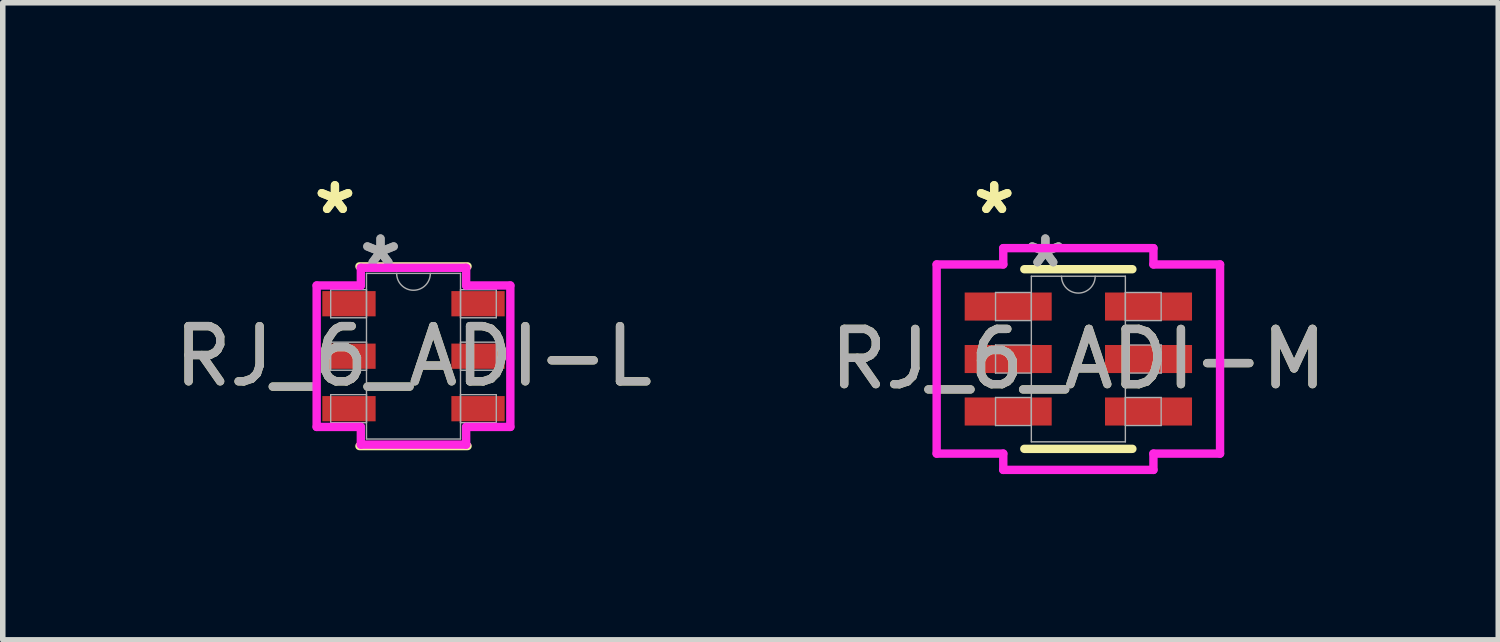
<source format=kicad_pcb>
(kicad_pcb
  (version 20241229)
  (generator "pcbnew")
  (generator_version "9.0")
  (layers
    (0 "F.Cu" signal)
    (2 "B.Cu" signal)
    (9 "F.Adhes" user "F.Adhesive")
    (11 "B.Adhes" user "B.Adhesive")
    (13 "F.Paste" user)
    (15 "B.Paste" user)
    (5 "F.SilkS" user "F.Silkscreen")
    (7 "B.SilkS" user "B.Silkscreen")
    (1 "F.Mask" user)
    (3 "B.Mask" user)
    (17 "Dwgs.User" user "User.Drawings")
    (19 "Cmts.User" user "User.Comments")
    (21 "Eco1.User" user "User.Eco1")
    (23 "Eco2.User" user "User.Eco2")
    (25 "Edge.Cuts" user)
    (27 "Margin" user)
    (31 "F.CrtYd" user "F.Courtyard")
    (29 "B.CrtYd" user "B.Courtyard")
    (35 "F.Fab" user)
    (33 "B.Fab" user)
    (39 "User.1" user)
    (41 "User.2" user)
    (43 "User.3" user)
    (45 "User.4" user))
  (footprint "RJ_6_ADI-L"
    (layer "F.Cu")
    (at 4.435 3.398)
    (property "Reference" "RJ_6_ADI-L" (at 0 0 0) (unlocked yes) (layer "F.SilkS") (effects (font (size 1 1) (thickness 0.15))))
    (attr smd)
    (fp_line (start -0.978 1.626) (end 0.978 1.626) (stroke (width 0.152) (type solid)) (layer "F.SilkS"))
    (fp_line (start 0.978 -1.626) (end -0.978 -1.626) (stroke (width 0.152) (type solid)) (layer "F.SilkS"))
    (fp_line (start -1.753 -1.28) (end -0.953 -1.28) (stroke (width 0.152) (type solid)) (layer "F.CrtYd"))
    (fp_line (start -1.753 1.28) (end -1.753 -1.28) (stroke (width 0.152) (type solid)) (layer "F.CrtYd"))
    (fp_line (start -0.953 -1.6) (end 0.953 -1.6) (stroke (width 0.152) (type solid)) (layer "F.CrtYd"))
    (fp_line (start -0.953 -1.28) (end -0.953 -1.6) (stroke (width 0.152) (type solid)) (layer "F.CrtYd"))
    (fp_line (start -0.953 1.28) (end -1.753 1.28) (stroke (width 0.152) (type solid)) (layer "F.CrtYd"))
    (fp_line (start -0.953 1.6) (end -0.953 1.28) (stroke (width 0.152) (type solid)) (layer "F.CrtYd"))
    (fp_line (start 0.953 -1.6) (end 0.953 -1.28) (stroke (width 0.152) (type solid)) (layer "F.CrtYd"))
    (fp_line (start 0.953 -1.28) (end 1.753 -1.28) (stroke (width 0.152) (type solid)) (layer "F.CrtYd"))
    (fp_line (start 0.953 1.28) (end 0.953 1.6) (stroke (width 0.152) (type solid)) (layer "F.CrtYd"))
    (fp_line (start 0.953 1.6) (end -0.953 1.6) (stroke (width 0.152) (type solid)) (layer "F.CrtYd"))
    (fp_line (start 1.753 -1.28) (end 1.753 1.28) (stroke (width 0.152) (type solid)) (layer "F.CrtYd"))
    (fp_line (start 1.753 1.28) (end 0.953 1.28) (stroke (width 0.152) (type solid)) (layer "F.CrtYd"))
    (fp_line (start -1.499 -1.204) (end -1.499 -0.696) (stroke (width 0.025) (type solid)) (layer "F.Fab"))
    (fp_line (start -1.499 -0.696) (end -0.851 -0.696) (stroke (width 0.025) (type solid)) (layer "F.Fab"))
    (fp_line (start -1.499 -0.254) (end -1.499 0.254) (stroke (width 0.025) (type solid)) (layer "F.Fab"))
    (fp_line (start -1.499 0.254) (end -0.851 0.254) (stroke (width 0.025) (type solid)) (layer "F.Fab"))
    (fp_line (start -1.499 0.696) (end -1.499 1.204) (stroke (width 0.025) (type solid)) (layer "F.Fab"))
    (fp_line (start -1.499 1.204) (end -0.851 1.204) (stroke (width 0.025) (type solid)) (layer "F.Fab"))
    (fp_line (start -0.851 -1.499) (end -0.851 1.499) (stroke (width 0.025) (type solid)) (layer "F.Fab"))
    (fp_line (start -0.851 -1.204) (end -1.499 -1.204) (stroke (width 0.025) (type solid)) (layer "F.Fab"))
    (fp_line (start -0.851 -0.696) (end -0.851 -1.204) (stroke (width 0.025) (type solid)) (layer "F.Fab"))
    (fp_line (start -0.851 -0.254) (end -1.499 -0.254) (stroke (width 0.025) (type solid)) (layer "F.Fab"))
    (fp_line (start -0.851 0.254) (end -0.851 -0.254) (stroke (width 0.025) (type solid)) (layer "F.Fab"))
    (fp_line (start -0.851 0.696) (end -1.499 0.696) (stroke (width 0.025) (type solid)) (layer "F.Fab"))
    (fp_line (start -0.851 1.204) (end -0.851 0.696) (stroke (width 0.025) (type solid)) (layer "F.Fab"))
    (fp_line (start -0.851 1.499) (end 0.851 1.499) (stroke (width 0.025) (type solid)) (layer "F.Fab"))
    (fp_line (start 0.851 -1.499) (end -0.851 -1.499) (stroke (width 0.025) (type solid)) (layer "F.Fab"))
    (fp_line (start 0.851 -1.204) (end 0.851 -0.696) (stroke (width 0.025) (type solid)) (layer "F.Fab"))
    (fp_line (start 0.851 -0.696) (end 1.499 -0.696) (stroke (width 0.025) (type solid)) (layer "F.Fab"))
    (fp_line (start 0.851 -0.254) (end 0.851 0.254) (stroke (width 0.025) (type solid)) (layer "F.Fab"))
    (fp_line (start 0.851 0.254) (end 1.499 0.254) (stroke (width 0.025) (type solid)) (layer "F.Fab"))
    (fp_line (start 0.851 0.696) (end 0.851 1.204) (stroke (width 0.025) (type solid)) (layer "F.Fab"))
    (fp_line (start 0.851 1.204) (end 1.499 1.204) (stroke (width 0.025) (type solid)) (layer "F.Fab"))
    (fp_line (start 0.851 1.499) (end 0.851 -1.499) (stroke (width 0.025) (type solid)) (layer "F.Fab"))
    (fp_line (start 1.499 -1.204) (end 0.851 -1.204) (stroke (width 0.025) (type solid)) (layer "F.Fab"))
    (fp_line (start 1.499 -0.696) (end 1.499 -1.204) (stroke (width 0.025) (type solid)) (layer "F.Fab"))
    (fp_line (start 1.499 -0.254) (end 0.851 -0.254) (stroke (width 0.025) (type solid)) (layer "F.Fab"))
    (fp_line (start 1.499 0.254) (end 1.499 -0.254) (stroke (width 0.025) (type solid)) (layer "F.Fab"))
    (fp_line (start 1.499 0.696) (end 0.851 0.696) (stroke (width 0.025) (type solid)) (layer "F.Fab"))
    (fp_line (start 1.499 1.204) (end 1.499 0.696) (stroke (width 0.025) (type solid)) (layer "F.Fab"))
    (fp_arc (start 0.3048 -1.4986) (mid 0 -1.1938) (end -0.3048 -1.4986) (stroke (width 0.0254) (type solid)) (layer "F.Fab"))
    (fp_text user "*" (at -1.422 -2.55 0) (unlocked yes) (layer "F.SilkS") (effects (font (size 1 1) (thickness 0.15))))
    (fp_text user "*" (at -1.422 -2.55 0) (layer "F.SilkS") (effects (font (size 1 1) (thickness 0.15))))
    (fp_text user "*" (at -0.597 -1.585 0) (unlocked yes) (layer "F.Fab") (effects (font (size 1 1) (thickness 0.15))))
    (fp_text user "*" (at -0.597 -1.585 0) (layer "F.Fab") (effects (font (size 1 1) (thickness 0.15))))
    (fp_text user "${REFERENCE}" (at 0 0 0) (unlocked yes) (layer "F.Fab") (effects (font (size 1 1) (thickness 0.15))))
    (pad "1" smd rect (at -1.168 -0.95) (size 0.965 0.457) (layers "F.Cu" "F.Mask" "F.Paste"))
    (pad "2" smd rect (at -1.168 0) (size 0.965 0.457) (layers "F.Cu" "F.Mask" "F.Paste"))
    (pad "3" smd rect (at -1.168 0.95) (size 0.965 0.457) (layers "F.Cu" "F.Mask" "F.Paste"))
    (pad "4" smd rect (at 1.168 0.95) (size 0.965 0.457) (layers "F.Cu" "F.Mask" "F.Paste"))
    (pad "5" smd rect (at 1.168 0) (size 0.965 0.457) (layers "F.Cu" "F.Mask" "F.Paste"))
    (pad "6" smd rect (at 1.168 -0.95) (size 0.965 0.457) (layers "F.Cu" "F.Mask" "F.Paste")))
  (footprint "RJ_6_ADI-M"
    (layer "F.Cu")
    (at 16.47 3.449)
    (property "Reference" "RJ_6_ADI-M" (at 0 0 0) (unlocked yes) (layer "F.SilkS") (effects (font (size 1 1) (thickness 0.15))))
    (attr smd)
    (fp_line (start -0.978 1.626) (end 0.978 1.626) (stroke (width 0.152) (type solid)) (layer "F.SilkS"))
    (fp_line (start 0.978 -1.626) (end -0.978 -1.626) (stroke (width 0.152) (type solid)) (layer "F.SilkS"))
    (fp_line (start -2.565 -1.712) (end -1.359 -1.712) (stroke (width 0.152) (type solid)) (layer "F.CrtYd"))
    (fp_line (start -2.565 1.712) (end -2.565 -1.712) (stroke (width 0.152) (type solid)) (layer "F.CrtYd"))
    (fp_line (start -1.359 -2.007) (end 1.359 -2.007) (stroke (width 0.152) (type solid)) (layer "F.CrtYd"))
    (fp_line (start -1.359 -1.712) (end -1.359 -2.007) (stroke (width 0.152) (type solid)) (layer "F.CrtYd"))
    (fp_line (start -1.359 1.712) (end -2.565 1.712) (stroke (width 0.152) (type solid)) (layer "F.CrtYd"))
    (fp_line (start -1.359 2.007) (end -1.359 1.712) (stroke (width 0.152) (type solid)) (layer "F.CrtYd"))
    (fp_line (start 1.359 -2.007) (end 1.359 -1.712) (stroke (width 0.152) (type solid)) (layer "F.CrtYd"))
    (fp_line (start 1.359 -1.712) (end 2.565 -1.712) (stroke (width 0.152) (type solid)) (layer "F.CrtYd"))
    (fp_line (start 1.359 1.712) (end 1.359 2.007) (stroke (width 0.152) (type solid)) (layer "F.CrtYd"))
    (fp_line (start 1.359 2.007) (end -1.359 2.007) (stroke (width 0.152) (type solid)) (layer "F.CrtYd"))
    (fp_line (start 2.565 -1.712) (end 2.565 1.712) (stroke (width 0.152) (type solid)) (layer "F.CrtYd"))
    (fp_line (start 2.565 1.712) (end 1.359 1.712) (stroke (width 0.152) (type solid)) (layer "F.CrtYd"))
    (fp_line (start -1.499 -1.204) (end -1.499 -0.696) (stroke (width 0.025) (type solid)) (layer "F.Fab"))
    (fp_line (start -1.499 -0.696) (end -0.851 -0.696) (stroke (width 0.025) (type solid)) (layer "F.Fab"))
    (fp_line (start -1.499 -0.254) (end -1.499 0.254) (stroke (width 0.025) (type solid)) (layer "F.Fab"))
    (fp_line (start -1.499 0.254) (end -0.851 0.254) (stroke (width 0.025) (type solid)) (layer "F.Fab"))
    (fp_line (start -1.499 0.696) (end -1.499 1.204) (stroke (width 0.025) (type solid)) (layer "F.Fab"))
    (fp_line (start -1.499 1.204) (end -0.851 1.204) (stroke (width 0.025) (type solid)) (layer "F.Fab"))
    (fp_line (start -0.851 -1.499) (end -0.851 1.499) (stroke (width 0.025) (type solid)) (layer "F.Fab"))
    (fp_line (start -0.851 -1.204) (end -1.499 -1.204) (stroke (width 0.025) (type solid)) (layer "F.Fab"))
    (fp_line (start -0.851 -0.696) (end -0.851 -1.204) (stroke (width 0.025) (type solid)) (layer "F.Fab"))
    (fp_line (start -0.851 -0.254) (end -1.499 -0.254) (stroke (width 0.025) (type solid)) (layer "F.Fab"))
    (fp_line (start -0.851 0.254) (end -0.851 -0.254) (stroke (width 0.025) (type solid)) (layer "F.Fab"))
    (fp_line (start -0.851 0.696) (end -1.499 0.696) (stroke (width 0.025) (type solid)) (layer "F.Fab"))
    (fp_line (start -0.851 1.204) (end -0.851 0.696) (stroke (width 0.025) (type solid)) (layer "F.Fab"))
    (fp_line (start -0.851 1.499) (end 0.851 1.499) (stroke (width 0.025) (type solid)) (layer "F.Fab"))
    (fp_line (start 0.851 -1.499) (end -0.851 -1.499) (stroke (width 0.025) (type solid)) (layer "F.Fab"))
    (fp_line (start 0.851 -1.204) (end 0.851 -0.696) (stroke (width 0.025) (type solid)) (layer "F.Fab"))
    (fp_line (start 0.851 -0.696) (end 1.499 -0.696) (stroke (width 0.025) (type solid)) (layer "F.Fab"))
    (fp_line (start 0.851 -0.254) (end 0.851 0.254) (stroke (width 0.025) (type solid)) (layer "F.Fab"))
    (fp_line (start 0.851 0.254) (end 1.499 0.254) (stroke (width 0.025) (type solid)) (layer "F.Fab"))
    (fp_line (start 0.851 0.696) (end 0.851 1.204) (stroke (width 0.025) (type solid)) (layer "F.Fab"))
    (fp_line (start 0.851 1.204) (end 1.499 1.204) (stroke (width 0.025) (type solid)) (layer "F.Fab"))
    (fp_line (start 0.851 1.499) (end 0.851 -1.499) (stroke (width 0.025) (type solid)) (layer "F.Fab"))
    (fp_line (start 1.499 -1.204) (end 0.851 -1.204) (stroke (width 0.025) (type solid)) (layer "F.Fab"))
    (fp_line (start 1.499 -0.696) (end 1.499 -1.204) (stroke (width 0.025) (type solid)) (layer "F.Fab"))
    (fp_line (start 1.499 -0.254) (end 0.851 -0.254) (stroke (width 0.025) (type solid)) (layer "F.Fab"))
    (fp_line (start 1.499 0.254) (end 1.499 -0.254) (stroke (width 0.025) (type solid)) (layer "F.Fab"))
    (fp_line (start 1.499 0.696) (end 0.851 0.696) (stroke (width 0.025) (type solid)) (layer "F.Fab"))
    (fp_line (start 1.499 1.204) (end 1.499 0.696) (stroke (width 0.025) (type solid)) (layer "F.Fab"))
    (fp_arc (start 0.3048 -1.4986) (mid 0 -1.1938) (end -0.3048 -1.4986) (stroke (width 0.0254) (type solid)) (layer "F.Fab"))
    (fp_text user "*" (at -1.524 -2.601 0) (layer "F.SilkS") (effects (font (size 1 1) (thickness 0.15))))
    (fp_text user "*" (at -1.524 -2.601 0) (unlocked yes) (layer "F.SilkS") (effects (font (size 1 1) (thickness 0.15))))
    (fp_text user "*" (at -0.597 -1.636 0) (unlocked yes) (layer "F.Fab") (effects (font (size 1 1) (thickness 0.15))))
    (fp_text user "*" (at -0.597 -1.636 0) (layer "F.Fab") (effects (font (size 1 1) (thickness 0.15))))
    (fp_text user "${REFERENCE}" (at 0 0 0) (unlocked yes) (layer "F.Fab") (effects (font (size 1 1) (thickness 0.15))))
    (pad "1" smd rect (at -1.27 -0.95) (size 1.575 0.508) (layers "F.Cu" "F.Mask" "F.Paste"))
    (pad "2" smd rect (at -1.27 0) (size 1.575 0.508) (layers "F.Cu" "F.Mask" "F.Paste"))
    (pad "3" smd rect (at -1.27 0.95) (size 1.575 0.508) (layers "F.Cu" "F.Mask" "F.Paste"))
    (pad "4" smd rect (at 1.27 0.95) (size 1.575 0.508) (layers "F.Cu" "F.Mask" "F.Paste"))
    (pad "5" smd rect (at 1.27 0) (size 1.575 0.508) (layers "F.Cu" "F.Mask" "F.Paste"))
    (pad "6" smd rect (at 1.27 -0.95) (size 1.575 0.508) (layers "F.Cu" "F.Mask" "F.Paste")))
  (gr_rect
    (start -3 -3)
    (end 24.071 8.532)
    (stroke (width 0.1) (type default))
    (fill no)
    (layer "Edge.Cuts")))
</source>
